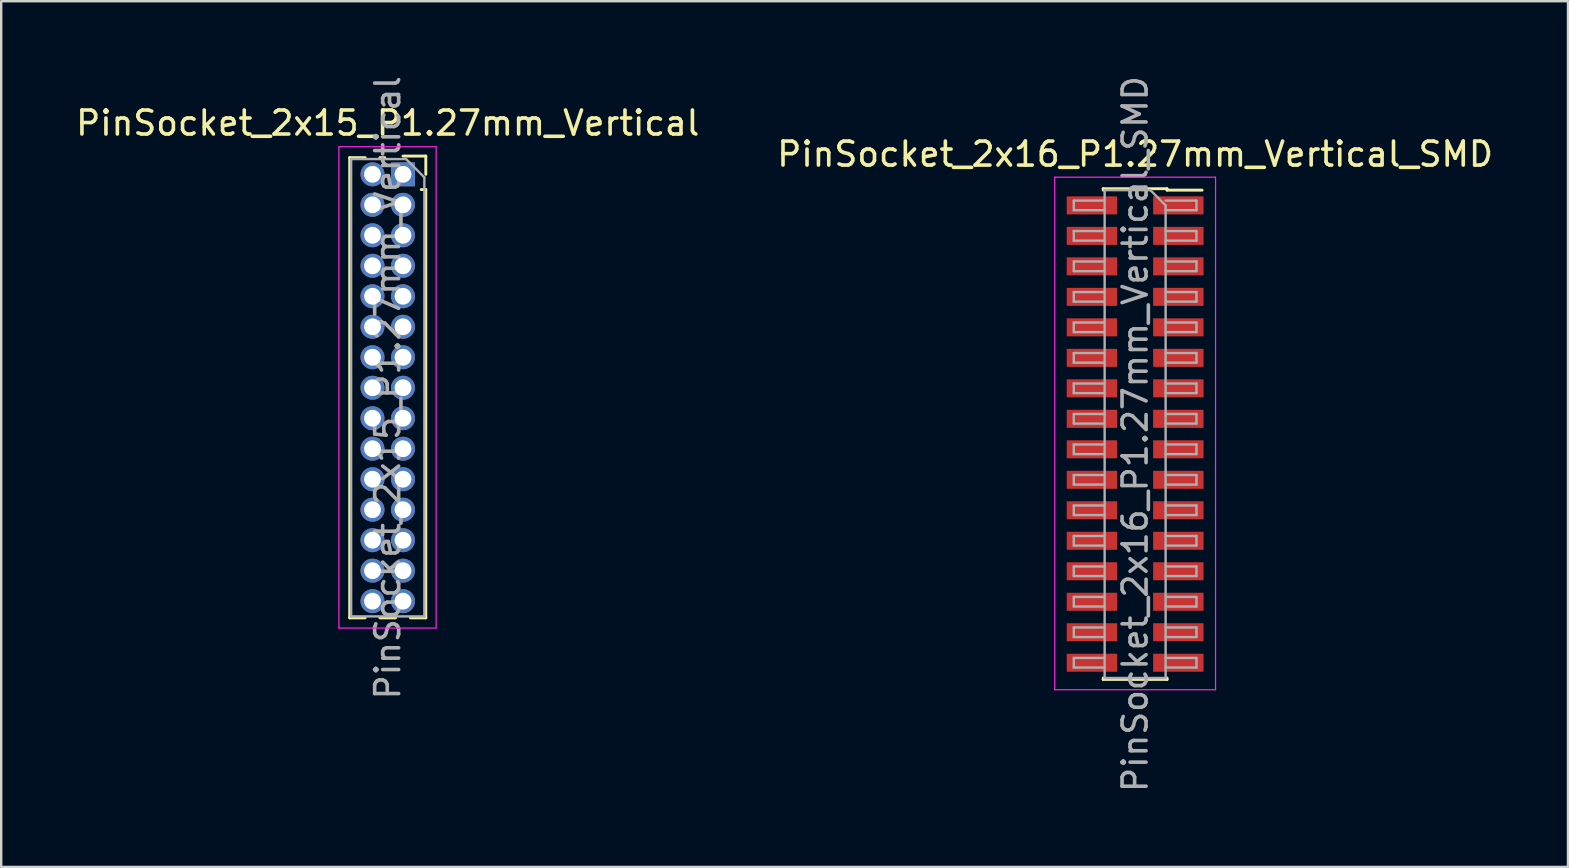
<source format=kicad_pcb>
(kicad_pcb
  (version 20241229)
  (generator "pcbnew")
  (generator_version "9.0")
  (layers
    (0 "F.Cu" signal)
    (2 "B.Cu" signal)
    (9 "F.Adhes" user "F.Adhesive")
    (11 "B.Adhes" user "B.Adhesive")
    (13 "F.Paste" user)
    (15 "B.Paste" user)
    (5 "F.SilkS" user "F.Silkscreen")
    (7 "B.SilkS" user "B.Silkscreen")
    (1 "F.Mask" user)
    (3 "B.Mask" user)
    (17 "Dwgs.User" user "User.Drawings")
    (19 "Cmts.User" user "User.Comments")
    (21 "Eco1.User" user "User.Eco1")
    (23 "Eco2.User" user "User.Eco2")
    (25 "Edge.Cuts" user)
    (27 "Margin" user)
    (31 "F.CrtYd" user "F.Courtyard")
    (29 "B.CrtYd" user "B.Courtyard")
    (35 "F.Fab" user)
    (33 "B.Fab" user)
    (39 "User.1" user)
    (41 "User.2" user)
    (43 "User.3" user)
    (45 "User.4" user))
  (footprint "PinSocket_2x16_P1.27mm_Vertical_SMD"
    (layer "F.Cu")
    (at 44.232 15.03)
    (property "Reference" "PinSocket_2x16_P1.27mm_Vertical_SMD" (at 0 -11.66 0) (layer "F.SilkS") (effects (font (size 1 1) (thickness 0.15))))
    (attr smd)
    (fp_line (start -1.33 -10.22) (end -1.33 -10.16) (stroke (width 0.12) (type solid)) (layer "F.SilkS"))
    (fp_line (start -1.33 -10.22) (end 1.33 -10.22) (stroke (width 0.12) (type solid)) (layer "F.SilkS"))
    (fp_line (start -1.33 10.16) (end -1.33 10.22) (stroke (width 0.12) (type solid)) (layer "F.SilkS"))
    (fp_line (start -1.33 10.22) (end 1.33 10.22) (stroke (width 0.12) (type solid)) (layer "F.SilkS"))
    (fp_line (start 1.33 -10.22) (end 1.33 -10.16) (stroke (width 0.12) (type solid)) (layer "F.SilkS"))
    (fp_line (start 1.33 -10.16) (end 2.79 -10.16) (stroke (width 0.12) (type solid)) (layer "F.SilkS"))
    (fp_line (start 1.33 10.16) (end 1.33 10.22) (stroke (width 0.12) (type solid)) (layer "F.SilkS"))
    (fp_line (start -3.35 -10.7) (end 3.35 -10.7) (stroke (width 0.05) (type solid)) (layer "F.CrtYd"))
    (fp_line (start -3.35 10.65) (end -3.35 -10.7) (stroke (width 0.05) (type solid)) (layer "F.CrtYd"))
    (fp_line (start 3.35 -10.7) (end 3.35 10.65) (stroke (width 0.05) (type solid)) (layer "F.CrtYd"))
    (fp_line (start 3.35 10.65) (end -3.35 10.65) (stroke (width 0.05) (type solid)) (layer "F.CrtYd"))
    (fp_line (start -2.555 -9.725) (end -1.27 -9.725) (stroke (width 0.1) (type solid)) (layer "F.Fab"))
    (fp_line (start -2.555 -9.325) (end -2.555 -9.725) (stroke (width 0.1) (type solid)) (layer "F.Fab"))
    (fp_line (start -2.555 -8.455) (end -1.27 -8.455) (stroke (width 0.1) (type solid)) (layer "F.Fab"))
    (fp_line (start -2.555 -8.055) (end -2.555 -8.455) (stroke (width 0.1) (type solid)) (layer "F.Fab"))
    (fp_line (start -2.555 -7.185) (end -1.27 -7.185) (stroke (width 0.1) (type solid)) (layer "F.Fab"))
    (fp_line (start -2.555 -6.785) (end -2.555 -7.185) (stroke (width 0.1) (type solid)) (layer "F.Fab"))
    (fp_line (start -2.555 -5.915) (end -1.27 -5.915) (stroke (width 0.1) (type solid)) (layer "F.Fab"))
    (fp_line (start -2.555 -5.515) (end -2.555 -5.915) (stroke (width 0.1) (type solid)) (layer "F.Fab"))
    (fp_line (start -2.555 -4.645) (end -1.27 -4.645) (stroke (width 0.1) (type solid)) (layer "F.Fab"))
    (fp_line (start -2.555 -4.245) (end -2.555 -4.645) (stroke (width 0.1) (type solid)) (layer "F.Fab"))
    (fp_line (start -2.555 -3.375) (end -1.27 -3.375) (stroke (width 0.1) (type solid)) (layer "F.Fab"))
    (fp_line (start -2.555 -2.975) (end -2.555 -3.375) (stroke (width 0.1) (type solid)) (layer "F.Fab"))
    (fp_line (start -2.555 -2.105) (end -1.27 -2.105) (stroke (width 0.1) (type solid)) (layer "F.Fab"))
    (fp_line (start -2.555 -1.705) (end -2.555 -2.105) (stroke (width 0.1) (type solid)) (layer "F.Fab"))
    (fp_line (start -2.555 -0.835) (end -1.27 -0.835) (stroke (width 0.1) (type solid)) (layer "F.Fab"))
    (fp_line (start -2.555 -0.435) (end -2.555 -0.835) (stroke (width 0.1) (type solid)) (layer "F.Fab"))
    (fp_line (start -2.555 0.435) (end -1.27 0.435) (stroke (width 0.1) (type solid)) (layer "F.Fab"))
    (fp_line (start -2.555 0.835) (end -2.555 0.435) (stroke (width 0.1) (type solid)) (layer "F.Fab"))
    (fp_line (start -2.555 1.705) (end -1.27 1.705) (stroke (width 0.1) (type solid)) (layer "F.Fab"))
    (fp_line (start -2.555 2.105) (end -2.555 1.705) (stroke (width 0.1) (type solid)) (layer "F.Fab"))
    (fp_line (start -2.555 2.975) (end -1.27 2.975) (stroke (width 0.1) (type solid)) (layer "F.Fab"))
    (fp_line (start -2.555 3.375) (end -2.555 2.975) (stroke (width 0.1) (type solid)) (layer "F.Fab"))
    (fp_line (start -2.555 4.245) (end -1.27 4.245) (stroke (width 0.1) (type solid)) (layer "F.Fab"))
    (fp_line (start -2.555 4.645) (end -2.555 4.245) (stroke (width 0.1) (type solid)) (layer "F.Fab"))
    (fp_line (start -2.555 5.515) (end -1.27 5.515) (stroke (width 0.1) (type solid)) (layer "F.Fab"))
    (fp_line (start -2.555 5.915) (end -2.555 5.515) (stroke (width 0.1) (type solid)) (layer "F.Fab"))
    (fp_line (start -2.555 6.785) (end -1.27 6.785) (stroke (width 0.1) (type solid)) (layer "F.Fab"))
    (fp_line (start -2.555 7.185) (end -2.555 6.785) (stroke (width 0.1) (type solid)) (layer "F.Fab"))
    (fp_line (start -2.555 8.055) (end -1.27 8.055) (stroke (width 0.1) (type solid)) (layer "F.Fab"))
    (fp_line (start -2.555 8.455) (end -2.555 8.055) (stroke (width 0.1) (type solid)) (layer "F.Fab"))
    (fp_line (start -2.555 9.325) (end -1.27 9.325) (stroke (width 0.1) (type solid)) (layer "F.Fab"))
    (fp_line (start -2.555 9.725) (end -2.555 9.325) (stroke (width 0.1) (type solid)) (layer "F.Fab"))
    (fp_line (start -1.27 -10.16) (end 0.635 -10.16) (stroke (width 0.1) (type solid)) (layer "F.Fab"))
    (fp_line (start -1.27 -9.325) (end -2.555 -9.325) (stroke (width 0.1) (type solid)) (layer "F.Fab"))
    (fp_line (start -1.27 -8.055) (end -2.555 -8.055) (stroke (width 0.1) (type solid)) (layer "F.Fab"))
    (fp_line (start -1.27 -6.785) (end -2.555 -6.785) (stroke (width 0.1) (type solid)) (layer "F.Fab"))
    (fp_line (start -1.27 -5.515) (end -2.555 -5.515) (stroke (width 0.1) (type solid)) (layer "F.Fab"))
    (fp_line (start -1.27 -4.245) (end -2.555 -4.245) (stroke (width 0.1) (type solid)) (layer "F.Fab"))
    (fp_line (start -1.27 -2.975) (end -2.555 -2.975) (stroke (width 0.1) (type solid)) (layer "F.Fab"))
    (fp_line (start -1.27 -1.705) (end -2.555 -1.705) (stroke (width 0.1) (type solid)) (layer "F.Fab"))
    (fp_line (start -1.27 -0.435) (end -2.555 -0.435) (stroke (width 0.1) (type solid)) (layer "F.Fab"))
    (fp_line (start -1.27 0.835) (end -2.555 0.835) (stroke (width 0.1) (type solid)) (layer "F.Fab"))
    (fp_line (start -1.27 2.105) (end -2.555 2.105) (stroke (width 0.1) (type solid)) (layer "F.Fab"))
    (fp_line (start -1.27 3.375) (end -2.555 3.375) (stroke (width 0.1) (type solid)) (layer "F.Fab"))
    (fp_line (start -1.27 4.645) (end -2.555 4.645) (stroke (width 0.1) (type solid)) (layer "F.Fab"))
    (fp_line (start -1.27 5.915) (end -2.555 5.915) (stroke (width 0.1) (type solid)) (layer "F.Fab"))
    (fp_line (start -1.27 7.185) (end -2.555 7.185) (stroke (width 0.1) (type solid)) (layer "F.Fab"))
    (fp_line (start -1.27 8.455) (end -2.555 8.455) (stroke (width 0.1) (type solid)) (layer "F.Fab"))
    (fp_line (start -1.27 9.725) (end -2.555 9.725) (stroke (width 0.1) (type solid)) (layer "F.Fab"))
    (fp_line (start -1.27 10.16) (end -1.27 -10.16) (stroke (width 0.1) (type solid)) (layer "F.Fab"))
    (fp_line (start 0.635 -10.16) (end 1.27 -9.525) (stroke (width 0.1) (type solid)) (layer "F.Fab"))
    (fp_line (start 1.27 -9.725) (end 2.555 -9.725) (stroke (width 0.1) (type solid)) (layer "F.Fab"))
    (fp_line (start 1.27 -9.525) (end 1.27 10.16) (stroke (width 0.1) (type solid)) (layer "F.Fab"))
    (fp_line (start 1.27 -8.455) (end 2.555 -8.455) (stroke (width 0.1) (type solid)) (layer "F.Fab"))
    (fp_line (start 1.27 -7.185) (end 2.555 -7.185) (stroke (width 0.1) (type solid)) (layer "F.Fab"))
    (fp_line (start 1.27 -5.915) (end 2.555 -5.915) (stroke (width 0.1) (type solid)) (layer "F.Fab"))
    (fp_line (start 1.27 -4.645) (end 2.555 -4.645) (stroke (width 0.1) (type solid)) (layer "F.Fab"))
    (fp_line (start 1.27 -3.375) (end 2.555 -3.375) (stroke (width 0.1) (type solid)) (layer "F.Fab"))
    (fp_line (start 1.27 -2.105) (end 2.555 -2.105) (stroke (width 0.1) (type solid)) (layer "F.Fab"))
    (fp_line (start 1.27 -0.835) (end 2.555 -0.835) (stroke (width 0.1) (type solid)) (layer "F.Fab"))
    (fp_line (start 1.27 0.435) (end 2.555 0.435) (stroke (width 0.1) (type solid)) (layer "F.Fab"))
    (fp_line (start 1.27 1.705) (end 2.555 1.705) (stroke (width 0.1) (type solid)) (layer "F.Fab"))
    (fp_line (start 1.27 2.975) (end 2.555 2.975) (stroke (width 0.1) (type solid)) (layer "F.Fab"))
    (fp_line (start 1.27 4.245) (end 2.555 4.245) (stroke (width 0.1) (type solid)) (layer "F.Fab"))
    (fp_line (start 1.27 5.515) (end 2.555 5.515) (stroke (width 0.1) (type solid)) (layer "F.Fab"))
    (fp_line (start 1.27 6.785) (end 2.555 6.785) (stroke (width 0.1) (type solid)) (layer "F.Fab"))
    (fp_line (start 1.27 8.055) (end 2.555 8.055) (stroke (width 0.1) (type solid)) (layer "F.Fab"))
    (fp_line (start 1.27 9.325) (end 2.555 9.325) (stroke (width 0.1) (type solid)) (layer "F.Fab"))
    (fp_line (start 1.27 10.16) (end -1.27 10.16) (stroke (width 0.1) (type solid)) (layer "F.Fab"))
    (fp_line (start 2.555 -9.725) (end 2.555 -9.325) (stroke (width 0.1) (type solid)) (layer "F.Fab"))
    (fp_line (start 2.555 -9.325) (end 1.27 -9.325) (stroke (width 0.1) (type solid)) (layer "F.Fab"))
    (fp_line (start 2.555 -8.455) (end 2.555 -8.055) (stroke (width 0.1) (type solid)) (layer "F.Fab"))
    (fp_line (start 2.555 -8.055) (end 1.27 -8.055) (stroke (width 0.1) (type solid)) (layer "F.Fab"))
    (fp_line (start 2.555 -7.185) (end 2.555 -6.785) (stroke (width 0.1) (type solid)) (layer "F.Fab"))
    (fp_line (start 2.555 -6.785) (end 1.27 -6.785) (stroke (width 0.1) (type solid)) (layer "F.Fab"))
    (fp_line (start 2.555 -5.915) (end 2.555 -5.515) (stroke (width 0.1) (type solid)) (layer "F.Fab"))
    (fp_line (start 2.555 -5.515) (end 1.27 -5.515) (stroke (width 0.1) (type solid)) (layer "F.Fab"))
    (fp_line (start 2.555 -4.645) (end 2.555 -4.245) (stroke (width 0.1) (type solid)) (layer "F.Fab"))
    (fp_line (start 2.555 -4.245) (end 1.27 -4.245) (stroke (width 0.1) (type solid)) (layer "F.Fab"))
    (fp_line (start 2.555 -3.375) (end 2.555 -2.975) (stroke (width 0.1) (type solid)) (layer "F.Fab"))
    (fp_line (start 2.555 -2.975) (end 1.27 -2.975) (stroke (width 0.1) (type solid)) (layer "F.Fab"))
    (fp_line (start 2.555 -2.105) (end 2.555 -1.705) (stroke (width 0.1) (type solid)) (layer "F.Fab"))
    (fp_line (start 2.555 -1.705) (end 1.27 -1.705) (stroke (width 0.1) (type solid)) (layer "F.Fab"))
    (fp_line (start 2.555 -0.835) (end 2.555 -0.435) (stroke (width 0.1) (type solid)) (layer "F.Fab"))
    (fp_line (start 2.555 -0.435) (end 1.27 -0.435) (stroke (width 0.1) (type solid)) (layer "F.Fab"))
    (fp_line (start 2.555 0.435) (end 2.555 0.835) (stroke (width 0.1) (type solid)) (layer "F.Fab"))
    (fp_line (start 2.555 0.835) (end 1.27 0.835) (stroke (width 0.1) (type solid)) (layer "F.Fab"))
    (fp_line (start 2.555 1.705) (end 2.555 2.105) (stroke (width 0.1) (type solid)) (layer "F.Fab"))
    (fp_line (start 2.555 2.105) (end 1.27 2.105) (stroke (width 0.1) (type solid)) (layer "F.Fab"))
    (fp_line (start 2.555 2.975) (end 2.555 3.375) (stroke (width 0.1) (type solid)) (layer "F.Fab"))
    (fp_line (start 2.555 3.375) (end 1.27 3.375) (stroke (width 0.1) (type solid)) (layer "F.Fab"))
    (fp_line (start 2.555 4.245) (end 2.555 4.645) (stroke (width 0.1) (type solid)) (layer "F.Fab"))
    (fp_line (start 2.555 4.645) (end 1.27 4.645) (stroke (width 0.1) (type solid)) (layer "F.Fab"))
    (fp_line (start 2.555 5.515) (end 2.555 5.915) (stroke (width 0.1) (type solid)) (layer "F.Fab"))
    (fp_line (start 2.555 5.915) (end 1.27 5.915) (stroke (width 0.1) (type solid)) (layer "F.Fab"))
    (fp_line (start 2.555 6.785) (end 2.555 7.185) (stroke (width 0.1) (type solid)) (layer "F.Fab"))
    (fp_line (start 2.555 7.185) (end 1.27 7.185) (stroke (width 0.1) (type solid)) (layer "F.Fab"))
    (fp_line (start 2.555 8.055) (end 2.555 8.455) (stroke (width 0.1) (type solid)) (layer "F.Fab"))
    (fp_line (start 2.555 8.455) (end 1.27 8.455) (stroke (width 0.1) (type solid)) (layer "F.Fab"))
    (fp_line (start 2.555 9.325) (end 2.555 9.725) (stroke (width 0.1) (type solid)) (layer "F.Fab"))
    (fp_line (start 2.555 9.725) (end 1.27 9.725) (stroke (width 0.1) (type solid)) (layer "F.Fab"))
    (fp_text user "${REFERENCE}" (at 0 0 90) (layer "F.Fab") (effects (font (size 1 1) (thickness 0.15))))
    (pad "1" smd rect (at 1.8 -9.525) (size 2.1 0.75) (layers "F.Cu" "F.Mask" "F.Paste"))
    (pad "2" smd rect (at -1.8 -9.525) (size 2.1 0.75) (layers "F.Cu" "F.Mask" "F.Paste"))
    (pad "3" smd rect (at 1.8 -8.255) (size 2.1 0.75) (layers "F.Cu" "F.Mask" "F.Paste"))
    (pad "4" smd rect (at -1.8 -8.255) (size 2.1 0.75) (layers "F.Cu" "F.Mask" "F.Paste"))
    (pad "5" smd rect (at 1.8 -6.985) (size 2.1 0.75) (layers "F.Cu" "F.Mask" "F.Paste"))
    (pad "6" smd rect (at -1.8 -6.985) (size 2.1 0.75) (layers "F.Cu" "F.Mask" "F.Paste"))
    (pad "7" smd rect (at 1.8 -5.715) (size 2.1 0.75) (layers "F.Cu" "F.Mask" "F.Paste"))
    (pad "8" smd rect (at -1.8 -5.715) (size 2.1 0.75) (layers "F.Cu" "F.Mask" "F.Paste"))
    (pad "9" smd rect (at 1.8 -4.445) (size 2.1 0.75) (layers "F.Cu" "F.Mask" "F.Paste"))
    (pad "10" smd rect (at -1.8 -4.445) (size 2.1 0.75) (layers "F.Cu" "F.Mask" "F.Paste"))
    (pad "11" smd rect (at 1.8 -3.175) (size 2.1 0.75) (layers "F.Cu" "F.Mask" "F.Paste"))
    (pad "12" smd rect (at -1.8 -3.175) (size 2.1 0.75) (layers "F.Cu" "F.Mask" "F.Paste"))
    (pad "13" smd rect (at 1.8 -1.905) (size 2.1 0.75) (layers "F.Cu" "F.Mask" "F.Paste"))
    (pad "14" smd rect (at -1.8 -1.905) (size 2.1 0.75) (layers "F.Cu" "F.Mask" "F.Paste"))
    (pad "15" smd rect (at 1.8 -0.635) (size 2.1 0.75) (layers "F.Cu" "F.Mask" "F.Paste"))
    (pad "16" smd rect (at -1.8 -0.635) (size 2.1 0.75) (layers "F.Cu" "F.Mask" "F.Paste"))
    (pad "17" smd rect (at 1.8 0.635) (size 2.1 0.75) (layers "F.Cu" "F.Mask" "F.Paste"))
    (pad "18" smd rect (at -1.8 0.635) (size 2.1 0.75) (layers "F.Cu" "F.Mask" "F.Paste"))
    (pad "19" smd rect (at 1.8 1.905) (size 2.1 0.75) (layers "F.Cu" "F.Mask" "F.Paste"))
    (pad "20" smd rect (at -1.8 1.905) (size 2.1 0.75) (layers "F.Cu" "F.Mask" "F.Paste"))
    (pad "21" smd rect (at 1.8 3.175) (size 2.1 0.75) (layers "F.Cu" "F.Mask" "F.Paste"))
    (pad "22" smd rect (at -1.8 3.175) (size 2.1 0.75) (layers "F.Cu" "F.Mask" "F.Paste"))
    (pad "23" smd rect (at 1.8 4.445) (size 2.1 0.75) (layers "F.Cu" "F.Mask" "F.Paste"))
    (pad "24" smd rect (at -1.8 4.445) (size 2.1 0.75) (layers "F.Cu" "F.Mask" "F.Paste"))
    (pad "25" smd rect (at 1.8 5.715) (size 2.1 0.75) (layers "F.Cu" "F.Mask" "F.Paste"))
    (pad "26" smd rect (at -1.8 5.715) (size 2.1 0.75) (layers "F.Cu" "F.Mask" "F.Paste"))
    (pad "27" smd rect (at 1.8 6.985) (size 2.1 0.75) (layers "F.Cu" "F.Mask" "F.Paste"))
    (pad "28" smd rect (at -1.8 6.985) (size 2.1 0.75) (layers "F.Cu" "F.Mask" "F.Paste"))
    (pad "29" smd rect (at 1.8 8.255) (size 2.1 0.75) (layers "F.Cu" "F.Mask" "F.Paste"))
    (pad "30" smd rect (at -1.8 8.255) (size 2.1 0.75) (layers "F.Cu" "F.Mask" "F.Paste"))
    (pad "31" smd rect (at 1.8 9.525) (size 2.1 0.75) (layers "F.Cu" "F.Mask" "F.Paste"))
    (pad "32" smd rect (at -1.8 9.525) (size 2.1 0.75) (layers "F.Cu" "F.Mask" "F.Paste")))
  (footprint "PinSocket_2x15_P1.27mm_Vertical"
    (layer "F.Cu")
    (at 13.736 4.211)
    (property "Reference" "PinSocket_2x15_P1.27mm_Vertical" (at -0.635 -2.135 0) (layer "F.SilkS") (effects (font (size 1 1) (thickness 0.15))))
    (attr through_hole)
    (fp_line (start -2.22 -0.695) (end -2.22 18.475) (stroke (width 0.12) (type solid)) (layer "F.SilkS"))
    (fp_line (start -2.22 -0.695) (end -1.578 -0.695) (stroke (width 0.12) (type solid)) (layer "F.SilkS"))
    (fp_line (start -2.22 18.475) (end -1.578 18.475) (stroke (width 0.12) (type solid)) (layer "F.SilkS"))
    (fp_line (start -0.962 -0.695) (end -0.76 -0.695) (stroke (width 0.12) (type solid)) (layer "F.SilkS"))
    (fp_line (start -0.962 18.475) (end -0.308 18.475) (stroke (width 0.12) (type solid)) (layer "F.SilkS"))
    (fp_line (start 0 -0.76) (end 0.95 -0.76) (stroke (width 0.12) (type solid)) (layer "F.SilkS"))
    (fp_line (start 0.308 18.475) (end 0.95 18.475) (stroke (width 0.12) (type solid)) (layer "F.SilkS"))
    (fp_line (start 0.76 0.635) (end 0.95 0.635) (stroke (width 0.12) (type solid)) (layer "F.SilkS"))
    (fp_line (start 0.95 -0.76) (end 0.95 0) (stroke (width 0.12) (type solid)) (layer "F.SilkS"))
    (fp_line (start 0.95 0.635) (end 0.95 18.475) (stroke (width 0.12) (type solid)) (layer "F.SilkS"))
    (fp_line (start -2.67 -1.15) (end 1.38 -1.15) (stroke (width 0.05) (type solid)) (layer "F.CrtYd"))
    (fp_line (start -2.67 18.9) (end -2.67 -1.15) (stroke (width 0.05) (type solid)) (layer "F.CrtYd"))
    (fp_line (start 1.38 -1.15) (end 1.38 18.9) (stroke (width 0.05) (type solid)) (layer "F.CrtYd"))
    (fp_line (start 1.38 18.9) (end -2.67 18.9) (stroke (width 0.05) (type solid)) (layer "F.CrtYd"))
    (fp_line (start -2.16 -0.635) (end 0.128 -0.635) (stroke (width 0.1) (type solid)) (layer "F.Fab"))
    (fp_line (start -2.16 18.415) (end -2.16 -0.635) (stroke (width 0.1) (type solid)) (layer "F.Fab"))
    (fp_line (start 0.128 -0.635) (end 0.89 0.128) (stroke (width 0.1) (type solid)) (layer "F.Fab"))
    (fp_line (start 0.89 0.128) (end 0.89 18.415) (stroke (width 0.1) (type solid)) (layer "F.Fab"))
    (fp_line (start 0.89 18.415) (end -2.16 18.415) (stroke (width 0.1) (type solid)) (layer "F.Fab"))
    (fp_text user "${REFERENCE}" (at -0.635 8.89 90) (layer "F.Fab") (effects (font (size 1 1) (thickness 0.15))))
    (pad "1" thru_hole rect (at 0 0) (size 1 1) (drill 0.7) (layers "*.Cu" "*.Mask"))
    (pad "2" thru_hole oval (at -1.27 0) (size 1 1) (drill 0.7) (layers "*.Cu" "*.Mask"))
    (pad "3" thru_hole oval (at 0 1.27) (size 1 1) (drill 0.7) (layers "*.Cu" "*.Mask"))
    (pad "4" thru_hole oval (at -1.27 1.27) (size 1 1) (drill 0.7) (layers "*.Cu" "*.Mask"))
    (pad "5" thru_hole oval (at 0 2.54) (size 1 1) (drill 0.7) (layers "*.Cu" "*.Mask"))
    (pad "6" thru_hole oval (at -1.27 2.54) (size 1 1) (drill 0.7) (layers "*.Cu" "*.Mask"))
    (pad "7" thru_hole oval (at 0 3.81) (size 1 1) (drill 0.7) (layers "*.Cu" "*.Mask"))
    (pad "8" thru_hole oval (at -1.27 3.81) (size 1 1) (drill 0.7) (layers "*.Cu" "*.Mask"))
    (pad "9" thru_hole oval (at 0 5.08) (size 1 1) (drill 0.7) (layers "*.Cu" "*.Mask"))
    (pad "10" thru_hole oval (at -1.27 5.08) (size 1 1) (drill 0.7) (layers "*.Cu" "*.Mask"))
    (pad "11" thru_hole oval (at 0 6.35) (size 1 1) (drill 0.7) (layers "*.Cu" "*.Mask"))
    (pad "12" thru_hole oval (at -1.27 6.35) (size 1 1) (drill 0.7) (layers "*.Cu" "*.Mask"))
    (pad "13" thru_hole oval (at 0 7.62) (size 1 1) (drill 0.7) (layers "*.Cu" "*.Mask"))
    (pad "14" thru_hole oval (at -1.27 7.62) (size 1 1) (drill 0.7) (layers "*.Cu" "*.Mask"))
    (pad "15" thru_hole oval (at 0 8.89) (size 1 1) (drill 0.7) (layers "*.Cu" "*.Mask"))
    (pad "16" thru_hole oval (at -1.27 8.89) (size 1 1) (drill 0.7) (layers "*.Cu" "*.Mask"))
    (pad "17" thru_hole oval (at 0 10.16) (size 1 1) (drill 0.7) (layers "*.Cu" "*.Mask"))
    (pad "18" thru_hole oval (at -1.27 10.16) (size 1 1) (drill 0.7) (layers "*.Cu" "*.Mask"))
    (pad "19" thru_hole oval (at 0 11.43) (size 1 1) (drill 0.7) (layers "*.Cu" "*.Mask"))
    (pad "20" thru_hole oval (at -1.27 11.43) (size 1 1) (drill 0.7) (layers "*.Cu" "*.Mask"))
    (pad "21" thru_hole oval (at 0 12.7) (size 1 1) (drill 0.7) (layers "*.Cu" "*.Mask"))
    (pad "22" thru_hole oval (at -1.27 12.7) (size 1 1) (drill 0.7) (layers "*.Cu" "*.Mask"))
    (pad "23" thru_hole oval (at 0 13.97) (size 1 1) (drill 0.7) (layers "*.Cu" "*.Mask"))
    (pad "24" thru_hole oval (at -1.27 13.97) (size 1 1) (drill 0.7) (layers "*.Cu" "*.Mask"))
    (pad "25" thru_hole oval (at 0 15.24) (size 1 1) (drill 0.7) (layers "*.Cu" "*.Mask"))
    (pad "26" thru_hole oval (at -1.27 15.24) (size 1 1) (drill 0.7) (layers "*.Cu" "*.Mask"))
    (pad "27" thru_hole oval (at 0 16.51) (size 1 1) (drill 0.7) (layers "*.Cu" "*.Mask"))
    (pad "28" thru_hole oval (at -1.27 16.51) (size 1 1) (drill 0.7) (layers "*.Cu" "*.Mask"))
    (pad "29" thru_hole oval (at 0 17.78) (size 1 1) (drill 0.7) (layers "*.Cu" "*.Mask"))
    (pad "30" thru_hole oval (at -1.27 17.78) (size 1 1) (drill 0.7) (layers "*.Cu" "*.Mask")))
  (gr_rect
    (start -3 -3)
    (end 62.262 33.06)
    (stroke (width 0.1) (type default))
    (fill no)
    (layer "Edge.Cuts")))
</source>
